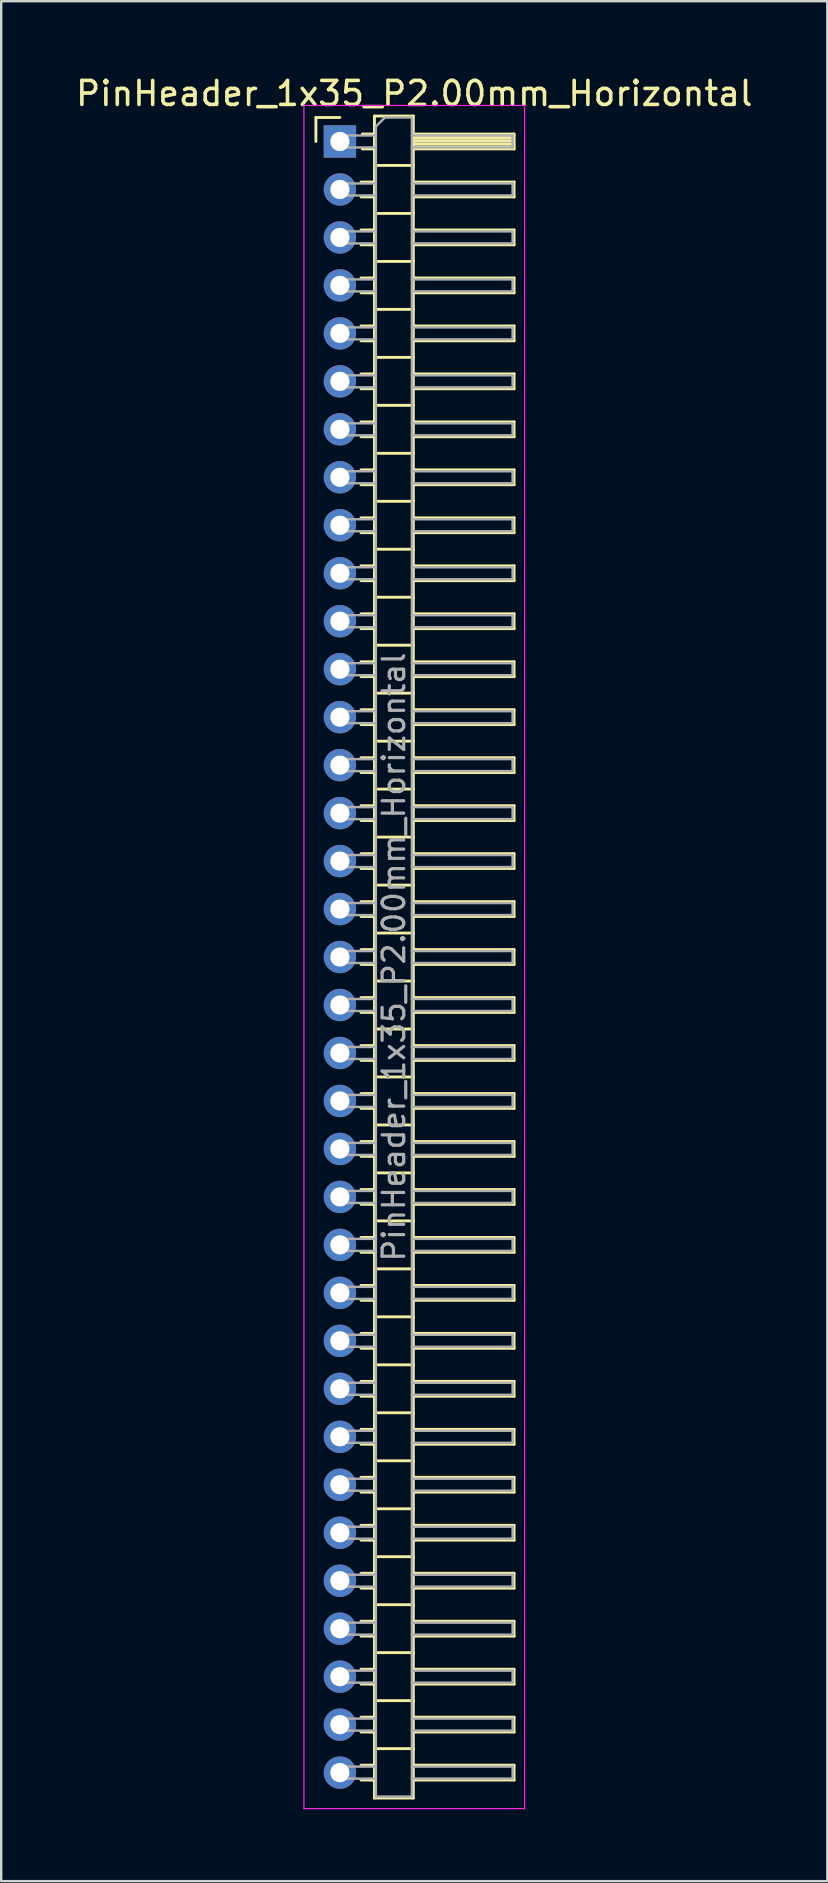
<source format=kicad_pcb>
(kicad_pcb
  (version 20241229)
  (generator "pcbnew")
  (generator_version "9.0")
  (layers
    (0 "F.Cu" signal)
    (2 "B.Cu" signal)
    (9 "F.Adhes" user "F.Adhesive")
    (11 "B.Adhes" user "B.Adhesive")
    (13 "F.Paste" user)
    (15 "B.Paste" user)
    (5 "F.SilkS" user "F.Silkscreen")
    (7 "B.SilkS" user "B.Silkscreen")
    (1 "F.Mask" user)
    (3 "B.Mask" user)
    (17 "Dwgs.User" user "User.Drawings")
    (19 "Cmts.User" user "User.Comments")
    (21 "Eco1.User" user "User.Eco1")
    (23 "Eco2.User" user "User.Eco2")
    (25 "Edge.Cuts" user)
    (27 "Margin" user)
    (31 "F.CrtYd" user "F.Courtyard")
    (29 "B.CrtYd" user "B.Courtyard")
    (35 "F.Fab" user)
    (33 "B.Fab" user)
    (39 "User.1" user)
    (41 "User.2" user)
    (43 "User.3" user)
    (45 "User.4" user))
  (footprint "PinHeader_1x35_P2.00mm_Horizontal"
    (layer "F.Cu")
    (at 11.12 2.848)
    (property "Reference" "PinHeader_1x35_P2.00mm_Horizontal" (at 3.1 -2 0) (layer "F.SilkS") (effects (font (size 1 1) (thickness 0.15))))
    (attr through_hole)
    (fp_line (start -1 -1) (end 0 -1) (stroke (width 0.12) (type solid)) (layer "F.SilkS"))
    (fp_line (start -1 0) (end -1 -1) (stroke (width 0.12) (type solid)) (layer "F.SilkS"))
    (fp_line (start 0.882 1.69) (end 1.44 1.69) (stroke (width 0.12) (type solid)) (layer "F.SilkS"))
    (fp_line (start 0.882 2.31) (end 1.44 2.31) (stroke (width 0.12) (type solid)) (layer "F.SilkS"))
    (fp_line (start 0.882 3.69) (end 1.44 3.69) (stroke (width 0.12) (type solid)) (layer "F.SilkS"))
    (fp_line (start 0.882 4.31) (end 1.44 4.31) (stroke (width 0.12) (type solid)) (layer "F.SilkS"))
    (fp_line (start 0.882 5.69) (end 1.44 5.69) (stroke (width 0.12) (type solid)) (layer "F.SilkS"))
    (fp_line (start 0.882 6.31) (end 1.44 6.31) (stroke (width 0.12) (type solid)) (layer "F.SilkS"))
    (fp_line (start 0.882 7.69) (end 1.44 7.69) (stroke (width 0.12) (type solid)) (layer "F.SilkS"))
    (fp_line (start 0.882 8.31) (end 1.44 8.31) (stroke (width 0.12) (type solid)) (layer "F.SilkS"))
    (fp_line (start 0.882 9.69) (end 1.44 9.69) (stroke (width 0.12) (type solid)) (layer "F.SilkS"))
    (fp_line (start 0.882 10.31) (end 1.44 10.31) (stroke (width 0.12) (type solid)) (layer "F.SilkS"))
    (fp_line (start 0.882 11.69) (end 1.44 11.69) (stroke (width 0.12) (type solid)) (layer "F.SilkS"))
    (fp_line (start 0.882 12.31) (end 1.44 12.31) (stroke (width 0.12) (type solid)) (layer "F.SilkS"))
    (fp_line (start 0.882 13.69) (end 1.44 13.69) (stroke (width 0.12) (type solid)) (layer "F.SilkS"))
    (fp_line (start 0.882 14.31) (end 1.44 14.31) (stroke (width 0.12) (type solid)) (layer "F.SilkS"))
    (fp_line (start 0.882 15.69) (end 1.44 15.69) (stroke (width 0.12) (type solid)) (layer "F.SilkS"))
    (fp_line (start 0.882 16.31) (end 1.44 16.31) (stroke (width 0.12) (type solid)) (layer "F.SilkS"))
    (fp_line (start 0.882 17.69) (end 1.44 17.69) (stroke (width 0.12) (type solid)) (layer "F.SilkS"))
    (fp_line (start 0.882 18.31) (end 1.44 18.31) (stroke (width 0.12) (type solid)) (layer "F.SilkS"))
    (fp_line (start 0.882 19.69) (end 1.44 19.69) (stroke (width 0.12) (type solid)) (layer "F.SilkS"))
    (fp_line (start 0.882 20.31) (end 1.44 20.31) (stroke (width 0.12) (type solid)) (layer "F.SilkS"))
    (fp_line (start 0.882 21.69) (end 1.44 21.69) (stroke (width 0.12) (type solid)) (layer "F.SilkS"))
    (fp_line (start 0.882 22.31) (end 1.44 22.31) (stroke (width 0.12) (type solid)) (layer "F.SilkS"))
    (fp_line (start 0.882 23.69) (end 1.44 23.69) (stroke (width 0.12) (type solid)) (layer "F.SilkS"))
    (fp_line (start 0.882 24.31) (end 1.44 24.31) (stroke (width 0.12) (type solid)) (layer "F.SilkS"))
    (fp_line (start 0.882 25.69) (end 1.44 25.69) (stroke (width 0.12) (type solid)) (layer "F.SilkS"))
    (fp_line (start 0.882 26.31) (end 1.44 26.31) (stroke (width 0.12) (type solid)) (layer "F.SilkS"))
    (fp_line (start 0.882 27.69) (end 1.44 27.69) (stroke (width 0.12) (type solid)) (layer "F.SilkS"))
    (fp_line (start 0.882 28.31) (end 1.44 28.31) (stroke (width 0.12) (type solid)) (layer "F.SilkS"))
    (fp_line (start 0.882 29.69) (end 1.44 29.69) (stroke (width 0.12) (type solid)) (layer "F.SilkS"))
    (fp_line (start 0.882 30.31) (end 1.44 30.31) (stroke (width 0.12) (type solid)) (layer "F.SilkS"))
    (fp_line (start 0.882 31.69) (end 1.44 31.69) (stroke (width 0.12) (type solid)) (layer "F.SilkS"))
    (fp_line (start 0.882 32.31) (end 1.44 32.31) (stroke (width 0.12) (type solid)) (layer "F.SilkS"))
    (fp_line (start 0.882 33.69) (end 1.44 33.69) (stroke (width 0.12) (type solid)) (layer "F.SilkS"))
    (fp_line (start 0.882 34.31) (end 1.44 34.31) (stroke (width 0.12) (type solid)) (layer "F.SilkS"))
    (fp_line (start 0.882 35.69) (end 1.44 35.69) (stroke (width 0.12) (type solid)) (layer "F.SilkS"))
    (fp_line (start 0.882 36.31) (end 1.44 36.31) (stroke (width 0.12) (type solid)) (layer "F.SilkS"))
    (fp_line (start 0.882 37.69) (end 1.44 37.69) (stroke (width 0.12) (type solid)) (layer "F.SilkS"))
    (fp_line (start 0.882 38.31) (end 1.44 38.31) (stroke (width 0.12) (type solid)) (layer "F.SilkS"))
    (fp_line (start 0.882 39.69) (end 1.44 39.69) (stroke (width 0.12) (type solid)) (layer "F.SilkS"))
    (fp_line (start 0.882 40.31) (end 1.44 40.31) (stroke (width 0.12) (type solid)) (layer "F.SilkS"))
    (fp_line (start 0.882 41.69) (end 1.44 41.69) (stroke (width 0.12) (type solid)) (layer "F.SilkS"))
    (fp_line (start 0.882 42.31) (end 1.44 42.31) (stroke (width 0.12) (type solid)) (layer "F.SilkS"))
    (fp_line (start 0.882 43.69) (end 1.44 43.69) (stroke (width 0.12) (type solid)) (layer "F.SilkS"))
    (fp_line (start 0.882 44.31) (end 1.44 44.31) (stroke (width 0.12) (type solid)) (layer "F.SilkS"))
    (fp_line (start 0.882 45.69) (end 1.44 45.69) (stroke (width 0.12) (type solid)) (layer "F.SilkS"))
    (fp_line (start 0.882 46.31) (end 1.44 46.31) (stroke (width 0.12) (type solid)) (layer "F.SilkS"))
    (fp_line (start 0.882 47.69) (end 1.44 47.69) (stroke (width 0.12) (type solid)) (layer "F.SilkS"))
    (fp_line (start 0.882 48.31) (end 1.44 48.31) (stroke (width 0.12) (type solid)) (layer "F.SilkS"))
    (fp_line (start 0.882 49.69) (end 1.44 49.69) (stroke (width 0.12) (type solid)) (layer "F.SilkS"))
    (fp_line (start 0.882 50.31) (end 1.44 50.31) (stroke (width 0.12) (type solid)) (layer "F.SilkS"))
    (fp_line (start 0.882 51.69) (end 1.44 51.69) (stroke (width 0.12) (type solid)) (layer "F.SilkS"))
    (fp_line (start 0.882 52.31) (end 1.44 52.31) (stroke (width 0.12) (type solid)) (layer "F.SilkS"))
    (fp_line (start 0.882 53.69) (end 1.44 53.69) (stroke (width 0.12) (type solid)) (layer "F.SilkS"))
    (fp_line (start 0.882 54.31) (end 1.44 54.31) (stroke (width 0.12) (type solid)) (layer "F.SilkS"))
    (fp_line (start 0.882 55.69) (end 1.44 55.69) (stroke (width 0.12) (type solid)) (layer "F.SilkS"))
    (fp_line (start 0.882 56.31) (end 1.44 56.31) (stroke (width 0.12) (type solid)) (layer "F.SilkS"))
    (fp_line (start 0.882 57.69) (end 1.44 57.69) (stroke (width 0.12) (type solid)) (layer "F.SilkS"))
    (fp_line (start 0.882 58.31) (end 1.44 58.31) (stroke (width 0.12) (type solid)) (layer "F.SilkS"))
    (fp_line (start 0.882 59.69) (end 1.44 59.69) (stroke (width 0.12) (type solid)) (layer "F.SilkS"))
    (fp_line (start 0.882 60.31) (end 1.44 60.31) (stroke (width 0.12) (type solid)) (layer "F.SilkS"))
    (fp_line (start 0.882 61.69) (end 1.44 61.69) (stroke (width 0.12) (type solid)) (layer "F.SilkS"))
    (fp_line (start 0.882 62.31) (end 1.44 62.31) (stroke (width 0.12) (type solid)) (layer "F.SilkS"))
    (fp_line (start 0.882 63.69) (end 1.44 63.69) (stroke (width 0.12) (type solid)) (layer "F.SilkS"))
    (fp_line (start 0.882 64.31) (end 1.44 64.31) (stroke (width 0.12) (type solid)) (layer "F.SilkS"))
    (fp_line (start 0.882 65.69) (end 1.44 65.69) (stroke (width 0.12) (type solid)) (layer "F.SilkS"))
    (fp_line (start 0.882 66.31) (end 1.44 66.31) (stroke (width 0.12) (type solid)) (layer "F.SilkS"))
    (fp_line (start 0.882 67.69) (end 1.44 67.69) (stroke (width 0.12) (type solid)) (layer "F.SilkS"))
    (fp_line (start 0.882 68.31) (end 1.44 68.31) (stroke (width 0.12) (type solid)) (layer "F.SilkS"))
    (fp_line (start 0.935 -0.31) (end 1.44 -0.31) (stroke (width 0.12) (type solid)) (layer "F.SilkS"))
    (fp_line (start 0.935 0.31) (end 1.44 0.31) (stroke (width 0.12) (type solid)) (layer "F.SilkS"))
    (fp_line (start 1.44 -1.06) (end 1.44 69.06) (stroke (width 0.12) (type solid)) (layer "F.SilkS"))
    (fp_line (start 1.44 1) (end 3.06 1) (stroke (width 0.12) (type solid)) (layer "F.SilkS"))
    (fp_line (start 1.44 3) (end 3.06 3) (stroke (width 0.12) (type solid)) (layer "F.SilkS"))
    (fp_line (start 1.44 5) (end 3.06 5) (stroke (width 0.12) (type solid)) (layer "F.SilkS"))
    (fp_line (start 1.44 7) (end 3.06 7) (stroke (width 0.12) (type solid)) (layer "F.SilkS"))
    (fp_line (start 1.44 9) (end 3.06 9) (stroke (width 0.12) (type solid)) (layer "F.SilkS"))
    (fp_line (start 1.44 11) (end 3.06 11) (stroke (width 0.12) (type solid)) (layer "F.SilkS"))
    (fp_line (start 1.44 13) (end 3.06 13) (stroke (width 0.12) (type solid)) (layer "F.SilkS"))
    (fp_line (start 1.44 15) (end 3.06 15) (stroke (width 0.12) (type solid)) (layer "F.SilkS"))
    (fp_line (start 1.44 17) (end 3.06 17) (stroke (width 0.12) (type solid)) (layer "F.SilkS"))
    (fp_line (start 1.44 19) (end 3.06 19) (stroke (width 0.12) (type solid)) (layer "F.SilkS"))
    (fp_line (start 1.44 21) (end 3.06 21) (stroke (width 0.12) (type solid)) (layer "F.SilkS"))
    (fp_line (start 1.44 23) (end 3.06 23) (stroke (width 0.12) (type solid)) (layer "F.SilkS"))
    (fp_line (start 1.44 25) (end 3.06 25) (stroke (width 0.12) (type solid)) (layer "F.SilkS"))
    (fp_line (start 1.44 27) (end 3.06 27) (stroke (width 0.12) (type solid)) (layer "F.SilkS"))
    (fp_line (start 1.44 29) (end 3.06 29) (stroke (width 0.12) (type solid)) (layer "F.SilkS"))
    (fp_line (start 1.44 31) (end 3.06 31) (stroke (width 0.12) (type solid)) (layer "F.SilkS"))
    (fp_line (start 1.44 33) (end 3.06 33) (stroke (width 0.12) (type solid)) (layer "F.SilkS"))
    (fp_line (start 1.44 35) (end 3.06 35) (stroke (width 0.12) (type solid)) (layer "F.SilkS"))
    (fp_line (start 1.44 37) (end 3.06 37) (stroke (width 0.12) (type solid)) (layer "F.SilkS"))
    (fp_line (start 1.44 39) (end 3.06 39) (stroke (width 0.12) (type solid)) (layer "F.SilkS"))
    (fp_line (start 1.44 41) (end 3.06 41) (stroke (width 0.12) (type solid)) (layer "F.SilkS"))
    (fp_line (start 1.44 43) (end 3.06 43) (stroke (width 0.12) (type solid)) (layer "F.SilkS"))
    (fp_line (start 1.44 45) (end 3.06 45) (stroke (width 0.12) (type solid)) (layer "F.SilkS"))
    (fp_line (start 1.44 47) (end 3.06 47) (stroke (width 0.12) (type solid)) (layer "F.SilkS"))
    (fp_line (start 1.44 49) (end 3.06 49) (stroke (width 0.12) (type solid)) (layer "F.SilkS"))
    (fp_line (start 1.44 51) (end 3.06 51) (stroke (width 0.12) (type solid)) (layer "F.SilkS"))
    (fp_line (start 1.44 53) (end 3.06 53) (stroke (width 0.12) (type solid)) (layer "F.SilkS"))
    (fp_line (start 1.44 55) (end 3.06 55) (stroke (width 0.12) (type solid)) (layer "F.SilkS"))
    (fp_line (start 1.44 57) (end 3.06 57) (stroke (width 0.12) (type solid)) (layer "F.SilkS"))
    (fp_line (start 1.44 59) (end 3.06 59) (stroke (width 0.12) (type solid)) (layer "F.SilkS"))
    (fp_line (start 1.44 61) (end 3.06 61) (stroke (width 0.12) (type solid)) (layer "F.SilkS"))
    (fp_line (start 1.44 63) (end 3.06 63) (stroke (width 0.12) (type solid)) (layer "F.SilkS"))
    (fp_line (start 1.44 65) (end 3.06 65) (stroke (width 0.12) (type solid)) (layer "F.SilkS"))
    (fp_line (start 1.44 67) (end 3.06 67) (stroke (width 0.12) (type solid)) (layer "F.SilkS"))
    (fp_line (start 1.44 69.06) (end 3.06 69.06) (stroke (width 0.12) (type solid)) (layer "F.SilkS"))
    (fp_line (start 3.06 -1.06) (end 1.44 -1.06) (stroke (width 0.12) (type solid)) (layer "F.SilkS"))
    (fp_line (start 3.06 -0.31) (end 7.26 -0.31) (stroke (width 0.12) (type solid)) (layer "F.SilkS"))
    (fp_line (start 3.06 -0.25) (end 7.26 -0.25) (stroke (width 0.12) (type solid)) (layer "F.SilkS"))
    (fp_line (start 3.06 -0.13) (end 7.26 -0.13) (stroke (width 0.12) (type solid)) (layer "F.SilkS"))
    (fp_line (start 3.06 -0.01) (end 7.26 -0.01) (stroke (width 0.12) (type solid)) (layer "F.SilkS"))
    (fp_line (start 3.06 0.11) (end 7.26 0.11) (stroke (width 0.12) (type solid)) (layer "F.SilkS"))
    (fp_line (start 3.06 0.23) (end 7.26 0.23) (stroke (width 0.12) (type solid)) (layer "F.SilkS"))
    (fp_line (start 3.06 1.69) (end 7.26 1.69) (stroke (width 0.12) (type solid)) (layer "F.SilkS"))
    (fp_line (start 3.06 3.69) (end 7.26 3.69) (stroke (width 0.12) (type solid)) (layer "F.SilkS"))
    (fp_line (start 3.06 5.69) (end 7.26 5.69) (stroke (width 0.12) (type solid)) (layer "F.SilkS"))
    (fp_line (start 3.06 7.69) (end 7.26 7.69) (stroke (width 0.12) (type solid)) (layer "F.SilkS"))
    (fp_line (start 3.06 9.69) (end 7.26 9.69) (stroke (width 0.12) (type solid)) (layer "F.SilkS"))
    (fp_line (start 3.06 11.69) (end 7.26 11.69) (stroke (width 0.12) (type solid)) (layer "F.SilkS"))
    (fp_line (start 3.06 13.69) (end 7.26 13.69) (stroke (width 0.12) (type solid)) (layer "F.SilkS"))
    (fp_line (start 3.06 15.69) (end 7.26 15.69) (stroke (width 0.12) (type solid)) (layer "F.SilkS"))
    (fp_line (start 3.06 17.69) (end 7.26 17.69) (stroke (width 0.12) (type solid)) (layer "F.SilkS"))
    (fp_line (start 3.06 19.69) (end 7.26 19.69) (stroke (width 0.12) (type solid)) (layer "F.SilkS"))
    (fp_line (start 3.06 21.69) (end 7.26 21.69) (stroke (width 0.12) (type solid)) (layer "F.SilkS"))
    (fp_line (start 3.06 23.69) (end 7.26 23.69) (stroke (width 0.12) (type solid)) (layer "F.SilkS"))
    (fp_line (start 3.06 25.69) (end 7.26 25.69) (stroke (width 0.12) (type solid)) (layer "F.SilkS"))
    (fp_line (start 3.06 27.69) (end 7.26 27.69) (stroke (width 0.12) (type solid)) (layer "F.SilkS"))
    (fp_line (start 3.06 29.69) (end 7.26 29.69) (stroke (width 0.12) (type solid)) (layer "F.SilkS"))
    (fp_line (start 3.06 31.69) (end 7.26 31.69) (stroke (width 0.12) (type solid)) (layer "F.SilkS"))
    (fp_line (start 3.06 33.69) (end 7.26 33.69) (stroke (width 0.12) (type solid)) (layer "F.SilkS"))
    (fp_line (start 3.06 35.69) (end 7.26 35.69) (stroke (width 0.12) (type solid)) (layer "F.SilkS"))
    (fp_line (start 3.06 37.69) (end 7.26 37.69) (stroke (width 0.12) (type solid)) (layer "F.SilkS"))
    (fp_line (start 3.06 39.69) (end 7.26 39.69) (stroke (width 0.12) (type solid)) (layer "F.SilkS"))
    (fp_line (start 3.06 41.69) (end 7.26 41.69) (stroke (width 0.12) (type solid)) (layer "F.SilkS"))
    (fp_line (start 3.06 43.69) (end 7.26 43.69) (stroke (width 0.12) (type solid)) (layer "F.SilkS"))
    (fp_line (start 3.06 45.69) (end 7.26 45.69) (stroke (width 0.12) (type solid)) (layer "F.SilkS"))
    (fp_line (start 3.06 47.69) (end 7.26 47.69) (stroke (width 0.12) (type solid)) (layer "F.SilkS"))
    (fp_line (start 3.06 49.69) (end 7.26 49.69) (stroke (width 0.12) (type solid)) (layer "F.SilkS"))
    (fp_line (start 3.06 51.69) (end 7.26 51.69) (stroke (width 0.12) (type solid)) (layer "F.SilkS"))
    (fp_line (start 3.06 53.69) (end 7.26 53.69) (stroke (width 0.12) (type solid)) (layer "F.SilkS"))
    (fp_line (start 3.06 55.69) (end 7.26 55.69) (stroke (width 0.12) (type solid)) (layer "F.SilkS"))
    (fp_line (start 3.06 57.69) (end 7.26 57.69) (stroke (width 0.12) (type solid)) (layer "F.SilkS"))
    (fp_line (start 3.06 59.69) (end 7.26 59.69) (stroke (width 0.12) (type solid)) (layer "F.SilkS"))
    (fp_line (start 3.06 61.69) (end 7.26 61.69) (stroke (width 0.12) (type solid)) (layer "F.SilkS"))
    (fp_line (start 3.06 63.69) (end 7.26 63.69) (stroke (width 0.12) (type solid)) (layer "F.SilkS"))
    (fp_line (start 3.06 65.69) (end 7.26 65.69) (stroke (width 0.12) (type solid)) (layer "F.SilkS"))
    (fp_line (start 3.06 67.69) (end 7.26 67.69) (stroke (width 0.12) (type solid)) (layer "F.SilkS"))
    (fp_line (start 3.06 69.06) (end 3.06 -1.06) (stroke (width 0.12) (type solid)) (layer "F.SilkS"))
    (fp_line (start 7.26 -0.31) (end 7.26 0.31) (stroke (width 0.12) (type solid)) (layer "F.SilkS"))
    (fp_line (start 7.26 0.31) (end 3.06 0.31) (stroke (width 0.12) (type solid)) (layer "F.SilkS"))
    (fp_line (start 7.26 1.69) (end 7.26 2.31) (stroke (width 0.12) (type solid)) (layer "F.SilkS"))
    (fp_line (start 7.26 2.31) (end 3.06 2.31) (stroke (width 0.12) (type solid)) (layer "F.SilkS"))
    (fp_line (start 7.26 3.69) (end 7.26 4.31) (stroke (width 0.12) (type solid)) (layer "F.SilkS"))
    (fp_line (start 7.26 4.31) (end 3.06 4.31) (stroke (width 0.12) (type solid)) (layer "F.SilkS"))
    (fp_line (start 7.26 5.69) (end 7.26 6.31) (stroke (width 0.12) (type solid)) (layer "F.SilkS"))
    (fp_line (start 7.26 6.31) (end 3.06 6.31) (stroke (width 0.12) (type solid)) (layer "F.SilkS"))
    (fp_line (start 7.26 7.69) (end 7.26 8.31) (stroke (width 0.12) (type solid)) (layer "F.SilkS"))
    (fp_line (start 7.26 8.31) (end 3.06 8.31) (stroke (width 0.12) (type solid)) (layer "F.SilkS"))
    (fp_line (start 7.26 9.69) (end 7.26 10.31) (stroke (width 0.12) (type solid)) (layer "F.SilkS"))
    (fp_line (start 7.26 10.31) (end 3.06 10.31) (stroke (width 0.12) (type solid)) (layer "F.SilkS"))
    (fp_line (start 7.26 11.69) (end 7.26 12.31) (stroke (width 0.12) (type solid)) (layer "F.SilkS"))
    (fp_line (start 7.26 12.31) (end 3.06 12.31) (stroke (width 0.12) (type solid)) (layer "F.SilkS"))
    (fp_line (start 7.26 13.69) (end 7.26 14.31) (stroke (width 0.12) (type solid)) (layer "F.SilkS"))
    (fp_line (start 7.26 14.31) (end 3.06 14.31) (stroke (width 0.12) (type solid)) (layer "F.SilkS"))
    (fp_line (start 7.26 15.69) (end 7.26 16.31) (stroke (width 0.12) (type solid)) (layer "F.SilkS"))
    (fp_line (start 7.26 16.31) (end 3.06 16.31) (stroke (width 0.12) (type solid)) (layer "F.SilkS"))
    (fp_line (start 7.26 17.69) (end 7.26 18.31) (stroke (width 0.12) (type solid)) (layer "F.SilkS"))
    (fp_line (start 7.26 18.31) (end 3.06 18.31) (stroke (width 0.12) (type solid)) (layer "F.SilkS"))
    (fp_line (start 7.26 19.69) (end 7.26 20.31) (stroke (width 0.12) (type solid)) (layer "F.SilkS"))
    (fp_line (start 7.26 20.31) (end 3.06 20.31) (stroke (width 0.12) (type solid)) (layer "F.SilkS"))
    (fp_line (start 7.26 21.69) (end 7.26 22.31) (stroke (width 0.12) (type solid)) (layer "F.SilkS"))
    (fp_line (start 7.26 22.31) (end 3.06 22.31) (stroke (width 0.12) (type solid)) (layer "F.SilkS"))
    (fp_line (start 7.26 23.69) (end 7.26 24.31) (stroke (width 0.12) (type solid)) (layer "F.SilkS"))
    (fp_line (start 7.26 24.31) (end 3.06 24.31) (stroke (width 0.12) (type solid)) (layer "F.SilkS"))
    (fp_line (start 7.26 25.69) (end 7.26 26.31) (stroke (width 0.12) (type solid)) (layer "F.SilkS"))
    (fp_line (start 7.26 26.31) (end 3.06 26.31) (stroke (width 0.12) (type solid)) (layer "F.SilkS"))
    (fp_line (start 7.26 27.69) (end 7.26 28.31) (stroke (width 0.12) (type solid)) (layer "F.SilkS"))
    (fp_line (start 7.26 28.31) (end 3.06 28.31) (stroke (width 0.12) (type solid)) (layer "F.SilkS"))
    (fp_line (start 7.26 29.69) (end 7.26 30.31) (stroke (width 0.12) (type solid)) (layer "F.SilkS"))
    (fp_line (start 7.26 30.31) (end 3.06 30.31) (stroke (width 0.12) (type solid)) (layer "F.SilkS"))
    (fp_line (start 7.26 31.69) (end 7.26 32.31) (stroke (width 0.12) (type solid)) (layer "F.SilkS"))
    (fp_line (start 7.26 32.31) (end 3.06 32.31) (stroke (width 0.12) (type solid)) (layer "F.SilkS"))
    (fp_line (start 7.26 33.69) (end 7.26 34.31) (stroke (width 0.12) (type solid)) (layer "F.SilkS"))
    (fp_line (start 7.26 34.31) (end 3.06 34.31) (stroke (width 0.12) (type solid)) (layer "F.SilkS"))
    (fp_line (start 7.26 35.69) (end 7.26 36.31) (stroke (width 0.12) (type solid)) (layer "F.SilkS"))
    (fp_line (start 7.26 36.31) (end 3.06 36.31) (stroke (width 0.12) (type solid)) (layer "F.SilkS"))
    (fp_line (start 7.26 37.69) (end 7.26 38.31) (stroke (width 0.12) (type solid)) (layer "F.SilkS"))
    (fp_line (start 7.26 38.31) (end 3.06 38.31) (stroke (width 0.12) (type solid)) (layer "F.SilkS"))
    (fp_line (start 7.26 39.69) (end 7.26 40.31) (stroke (width 0.12) (type solid)) (layer "F.SilkS"))
    (fp_line (start 7.26 40.31) (end 3.06 40.31) (stroke (width 0.12) (type solid)) (layer "F.SilkS"))
    (fp_line (start 7.26 41.69) (end 7.26 42.31) (stroke (width 0.12) (type solid)) (layer "F.SilkS"))
    (fp_line (start 7.26 42.31) (end 3.06 42.31) (stroke (width 0.12) (type solid)) (layer "F.SilkS"))
    (fp_line (start 7.26 43.69) (end 7.26 44.31) (stroke (width 0.12) (type solid)) (layer "F.SilkS"))
    (fp_line (start 7.26 44.31) (end 3.06 44.31) (stroke (width 0.12) (type solid)) (layer "F.SilkS"))
    (fp_line (start 7.26 45.69) (end 7.26 46.31) (stroke (width 0.12) (type solid)) (layer "F.SilkS"))
    (fp_line (start 7.26 46.31) (end 3.06 46.31) (stroke (width 0.12) (type solid)) (layer "F.SilkS"))
    (fp_line (start 7.26 47.69) (end 7.26 48.31) (stroke (width 0.12) (type solid)) (layer "F.SilkS"))
    (fp_line (start 7.26 48.31) (end 3.06 48.31) (stroke (width 0.12) (type solid)) (layer "F.SilkS"))
    (fp_line (start 7.26 49.69) (end 7.26 50.31) (stroke (width 0.12) (type solid)) (layer "F.SilkS"))
    (fp_line (start 7.26 50.31) (end 3.06 50.31) (stroke (width 0.12) (type solid)) (layer "F.SilkS"))
    (fp_line (start 7.26 51.69) (end 7.26 52.31) (stroke (width 0.12) (type solid)) (layer "F.SilkS"))
    (fp_line (start 7.26 52.31) (end 3.06 52.31) (stroke (width 0.12) (type solid)) (layer "F.SilkS"))
    (fp_line (start 7.26 53.69) (end 7.26 54.31) (stroke (width 0.12) (type solid)) (layer "F.SilkS"))
    (fp_line (start 7.26 54.31) (end 3.06 54.31) (stroke (width 0.12) (type solid)) (layer "F.SilkS"))
    (fp_line (start 7.26 55.69) (end 7.26 56.31) (stroke (width 0.12) (type solid)) (layer "F.SilkS"))
    (fp_line (start 7.26 56.31) (end 3.06 56.31) (stroke (width 0.12) (type solid)) (layer "F.SilkS"))
    (fp_line (start 7.26 57.69) (end 7.26 58.31) (stroke (width 0.12) (type solid)) (layer "F.SilkS"))
    (fp_line (start 7.26 58.31) (end 3.06 58.31) (stroke (width 0.12) (type solid)) (layer "F.SilkS"))
    (fp_line (start 7.26 59.69) (end 7.26 60.31) (stroke (width 0.12) (type solid)) (layer "F.SilkS"))
    (fp_line (start 7.26 60.31) (end 3.06 60.31) (stroke (width 0.12) (type solid)) (layer "F.SilkS"))
    (fp_line (start 7.26 61.69) (end 7.26 62.31) (stroke (width 0.12) (type solid)) (layer "F.SilkS"))
    (fp_line (start 7.26 62.31) (end 3.06 62.31) (stroke (width 0.12) (type solid)) (layer "F.SilkS"))
    (fp_line (start 7.26 63.69) (end 7.26 64.31) (stroke (width 0.12) (type solid)) (layer "F.SilkS"))
    (fp_line (start 7.26 64.31) (end 3.06 64.31) (stroke (width 0.12) (type solid)) (layer "F.SilkS"))
    (fp_line (start 7.26 65.69) (end 7.26 66.31) (stroke (width 0.12) (type solid)) (layer "F.SilkS"))
    (fp_line (start 7.26 66.31) (end 3.06 66.31) (stroke (width 0.12) (type solid)) (layer "F.SilkS"))
    (fp_line (start 7.26 67.69) (end 7.26 68.31) (stroke (width 0.12) (type solid)) (layer "F.SilkS"))
    (fp_line (start 7.26 68.31) (end 3.06 68.31) (stroke (width 0.12) (type solid)) (layer "F.SilkS"))
    (fp_line (start -1.5 -1.5) (end -1.5 69.5) (stroke (width 0.05) (type solid)) (layer "F.CrtYd"))
    (fp_line (start -1.5 69.5) (end 7.7 69.5) (stroke (width 0.05) (type solid)) (layer "F.CrtYd"))
    (fp_line (start 7.7 -1.5) (end -1.5 -1.5) (stroke (width 0.05) (type solid)) (layer "F.CrtYd"))
    (fp_line (start 7.7 69.5) (end 7.7 -1.5) (stroke (width 0.05) (type solid)) (layer "F.CrtYd"))
    (fp_line (start -0.25 -0.25) (end -0.25 0.25) (stroke (width 0.1) (type solid)) (layer "F.Fab"))
    (fp_line (start -0.25 -0.25) (end 1.5 -0.25) (stroke (width 0.1) (type solid)) (layer "F.Fab"))
    (fp_line (start -0.25 0.25) (end 1.5 0.25) (stroke (width 0.1) (type solid)) (layer "F.Fab"))
    (fp_line (start -0.25 1.75) (end -0.25 2.25) (stroke (width 0.1) (type solid)) (layer "F.Fab"))
    (fp_line (start -0.25 1.75) (end 1.5 1.75) (stroke (width 0.1) (type solid)) (layer "F.Fab"))
    (fp_line (start -0.25 2.25) (end 1.5 2.25) (stroke (width 0.1) (type solid)) (layer "F.Fab"))
    (fp_line (start -0.25 3.75) (end -0.25 4.25) (stroke (width 0.1) (type solid)) (layer "F.Fab"))
    (fp_line (start -0.25 3.75) (end 1.5 3.75) (stroke (width 0.1) (type solid)) (layer "F.Fab"))
    (fp_line (start -0.25 4.25) (end 1.5 4.25) (stroke (width 0.1) (type solid)) (layer "F.Fab"))
    (fp_line (start -0.25 5.75) (end -0.25 6.25) (stroke (width 0.1) (type solid)) (layer "F.Fab"))
    (fp_line (start -0.25 5.75) (end 1.5 5.75) (stroke (width 0.1) (type solid)) (layer "F.Fab"))
    (fp_line (start -0.25 6.25) (end 1.5 6.25) (stroke (width 0.1) (type solid)) (layer "F.Fab"))
    (fp_line (start -0.25 7.75) (end -0.25 8.25) (stroke (width 0.1) (type solid)) (layer "F.Fab"))
    (fp_line (start -0.25 7.75) (end 1.5 7.75) (stroke (width 0.1) (type solid)) (layer "F.Fab"))
    (fp_line (start -0.25 8.25) (end 1.5 8.25) (stroke (width 0.1) (type solid)) (layer "F.Fab"))
    (fp_line (start -0.25 9.75) (end -0.25 10.25) (stroke (width 0.1) (type solid)) (layer "F.Fab"))
    (fp_line (start -0.25 9.75) (end 1.5 9.75) (stroke (width 0.1) (type solid)) (layer "F.Fab"))
    (fp_line (start -0.25 10.25) (end 1.5 10.25) (stroke (width 0.1) (type solid)) (layer "F.Fab"))
    (fp_line (start -0.25 11.75) (end -0.25 12.25) (stroke (width 0.1) (type solid)) (layer "F.Fab"))
    (fp_line (start -0.25 11.75) (end 1.5 11.75) (stroke (width 0.1) (type solid)) (layer "F.Fab"))
    (fp_line (start -0.25 12.25) (end 1.5 12.25) (stroke (width 0.1) (type solid)) (layer "F.Fab"))
    (fp_line (start -0.25 13.75) (end -0.25 14.25) (stroke (width 0.1) (type solid)) (layer "F.Fab"))
    (fp_line (start -0.25 13.75) (end 1.5 13.75) (stroke (width 0.1) (type solid)) (layer "F.Fab"))
    (fp_line (start -0.25 14.25) (end 1.5 14.25) (stroke (width 0.1) (type solid)) (layer "F.Fab"))
    (fp_line (start -0.25 15.75) (end -0.25 16.25) (stroke (width 0.1) (type solid)) (layer "F.Fab"))
    (fp_line (start -0.25 15.75) (end 1.5 15.75) (stroke (width 0.1) (type solid)) (layer "F.Fab"))
    (fp_line (start -0.25 16.25) (end 1.5 16.25) (stroke (width 0.1) (type solid)) (layer "F.Fab"))
    (fp_line (start -0.25 17.75) (end -0.25 18.25) (stroke (width 0.1) (type solid)) (layer "F.Fab"))
    (fp_line (start -0.25 17.75) (end 1.5 17.75) (stroke (width 0.1) (type solid)) (layer "F.Fab"))
    (fp_line (start -0.25 18.25) (end 1.5 18.25) (stroke (width 0.1) (type solid)) (layer "F.Fab"))
    (fp_line (start -0.25 19.75) (end -0.25 20.25) (stroke (width 0.1) (type solid)) (layer "F.Fab"))
    (fp_line (start -0.25 19.75) (end 1.5 19.75) (stroke (width 0.1) (type solid)) (layer "F.Fab"))
    (fp_line (start -0.25 20.25) (end 1.5 20.25) (stroke (width 0.1) (type solid)) (layer "F.Fab"))
    (fp_line (start -0.25 21.75) (end -0.25 22.25) (stroke (width 0.1) (type solid)) (layer "F.Fab"))
    (fp_line (start -0.25 21.75) (end 1.5 21.75) (stroke (width 0.1) (type solid)) (layer "F.Fab"))
    (fp_line (start -0.25 22.25) (end 1.5 22.25) (stroke (width 0.1) (type solid)) (layer "F.Fab"))
    (fp_line (start -0.25 23.75) (end -0.25 24.25) (stroke (width 0.1) (type solid)) (layer "F.Fab"))
    (fp_line (start -0.25 23.75) (end 1.5 23.75) (stroke (width 0.1) (type solid)) (layer "F.Fab"))
    (fp_line (start -0.25 24.25) (end 1.5 24.25) (stroke (width 0.1) (type solid)) (layer "F.Fab"))
    (fp_line (start -0.25 25.75) (end -0.25 26.25) (stroke (width 0.1) (type solid)) (layer "F.Fab"))
    (fp_line (start -0.25 25.75) (end 1.5 25.75) (stroke (width 0.1) (type solid)) (layer "F.Fab"))
    (fp_line (start -0.25 26.25) (end 1.5 26.25) (stroke (width 0.1) (type solid)) (layer "F.Fab"))
    (fp_line (start -0.25 27.75) (end -0.25 28.25) (stroke (width 0.1) (type solid)) (layer "F.Fab"))
    (fp_line (start -0.25 27.75) (end 1.5 27.75) (stroke (width 0.1) (type solid)) (layer "F.Fab"))
    (fp_line (start -0.25 28.25) (end 1.5 28.25) (stroke (width 0.1) (type solid)) (layer "F.Fab"))
    (fp_line (start -0.25 29.75) (end -0.25 30.25) (stroke (width 0.1) (type solid)) (layer "F.Fab"))
    (fp_line (start -0.25 29.75) (end 1.5 29.75) (stroke (width 0.1) (type solid)) (layer "F.Fab"))
    (fp_line (start -0.25 30.25) (end 1.5 30.25) (stroke (width 0.1) (type solid)) (layer "F.Fab"))
    (fp_line (start -0.25 31.75) (end -0.25 32.25) (stroke (width 0.1) (type solid)) (layer "F.Fab"))
    (fp_line (start -0.25 31.75) (end 1.5 31.75) (stroke (width 0.1) (type solid)) (layer "F.Fab"))
    (fp_line (start -0.25 32.25) (end 1.5 32.25) (stroke (width 0.1) (type solid)) (layer "F.Fab"))
    (fp_line (start -0.25 33.75) (end -0.25 34.25) (stroke (width 0.1) (type solid)) (layer "F.Fab"))
    (fp_line (start -0.25 33.75) (end 1.5 33.75) (stroke (width 0.1) (type solid)) (layer "F.Fab"))
    (fp_line (start -0.25 34.25) (end 1.5 34.25) (stroke (width 0.1) (type solid)) (layer "F.Fab"))
    (fp_line (start -0.25 35.75) (end -0.25 36.25) (stroke (width 0.1) (type solid)) (layer "F.Fab"))
    (fp_line (start -0.25 35.75) (end 1.5 35.75) (stroke (width 0.1) (type solid)) (layer "F.Fab"))
    (fp_line (start -0.25 36.25) (end 1.5 36.25) (stroke (width 0.1) (type solid)) (layer "F.Fab"))
    (fp_line (start -0.25 37.75) (end -0.25 38.25) (stroke (width 0.1) (type solid)) (layer "F.Fab"))
    (fp_line (start -0.25 37.75) (end 1.5 37.75) (stroke (width 0.1) (type solid)) (layer "F.Fab"))
    (fp_line (start -0.25 38.25) (end 1.5 38.25) (stroke (width 0.1) (type solid)) (layer "F.Fab"))
    (fp_line (start -0.25 39.75) (end -0.25 40.25) (stroke (width 0.1) (type solid)) (layer "F.Fab"))
    (fp_line (start -0.25 39.75) (end 1.5 39.75) (stroke (width 0.1) (type solid)) (layer "F.Fab"))
    (fp_line (start -0.25 40.25) (end 1.5 40.25) (stroke (width 0.1) (type solid)) (layer "F.Fab"))
    (fp_line (start -0.25 41.75) (end -0.25 42.25) (stroke (width 0.1) (type solid)) (layer "F.Fab"))
    (fp_line (start -0.25 41.75) (end 1.5 41.75) (stroke (width 0.1) (type solid)) (layer "F.Fab"))
    (fp_line (start -0.25 42.25) (end 1.5 42.25) (stroke (width 0.1) (type solid)) (layer "F.Fab"))
    (fp_line (start -0.25 43.75) (end -0.25 44.25) (stroke (width 0.1) (type solid)) (layer "F.Fab"))
    (fp_line (start -0.25 43.75) (end 1.5 43.75) (stroke (width 0.1) (type solid)) (layer "F.Fab"))
    (fp_line (start -0.25 44.25) (end 1.5 44.25) (stroke (width 0.1) (type solid)) (layer "F.Fab"))
    (fp_line (start -0.25 45.75) (end -0.25 46.25) (stroke (width 0.1) (type solid)) (layer "F.Fab"))
    (fp_line (start -0.25 45.75) (end 1.5 45.75) (stroke (width 0.1) (type solid)) (layer "F.Fab"))
    (fp_line (start -0.25 46.25) (end 1.5 46.25) (stroke (width 0.1) (type solid)) (layer "F.Fab"))
    (fp_line (start -0.25 47.75) (end -0.25 48.25) (stroke (width 0.1) (type solid)) (layer "F.Fab"))
    (fp_line (start -0.25 47.75) (end 1.5 47.75) (stroke (width 0.1) (type solid)) (layer "F.Fab"))
    (fp_line (start -0.25 48.25) (end 1.5 48.25) (stroke (width 0.1) (type solid)) (layer "F.Fab"))
    (fp_line (start -0.25 49.75) (end -0.25 50.25) (stroke (width 0.1) (type solid)) (layer "F.Fab"))
    (fp_line (start -0.25 49.75) (end 1.5 49.75) (stroke (width 0.1) (type solid)) (layer "F.Fab"))
    (fp_line (start -0.25 50.25) (end 1.5 50.25) (stroke (width 0.1) (type solid)) (layer "F.Fab"))
    (fp_line (start -0.25 51.75) (end -0.25 52.25) (stroke (width 0.1) (type solid)) (layer "F.Fab"))
    (fp_line (start -0.25 51.75) (end 1.5 51.75) (stroke (width 0.1) (type solid)) (layer "F.Fab"))
    (fp_line (start -0.25 52.25) (end 1.5 52.25) (stroke (width 0.1) (type solid)) (layer "F.Fab"))
    (fp_line (start -0.25 53.75) (end -0.25 54.25) (stroke (width 0.1) (type solid)) (layer "F.Fab"))
    (fp_line (start -0.25 53.75) (end 1.5 53.75) (stroke (width 0.1) (type solid)) (layer "F.Fab"))
    (fp_line (start -0.25 54.25) (end 1.5 54.25) (stroke (width 0.1) (type solid)) (layer "F.Fab"))
    (fp_line (start -0.25 55.75) (end -0.25 56.25) (stroke (width 0.1) (type solid)) (layer "F.Fab"))
    (fp_line (start -0.25 55.75) (end 1.5 55.75) (stroke (width 0.1) (type solid)) (layer "F.Fab"))
    (fp_line (start -0.25 56.25) (end 1.5 56.25) (stroke (width 0.1) (type solid)) (layer "F.Fab"))
    (fp_line (start -0.25 57.75) (end -0.25 58.25) (stroke (width 0.1) (type solid)) (layer "F.Fab"))
    (fp_line (start -0.25 57.75) (end 1.5 57.75) (stroke (width 0.1) (type solid)) (layer "F.Fab"))
    (fp_line (start -0.25 58.25) (end 1.5 58.25) (stroke (width 0.1) (type solid)) (layer "F.Fab"))
    (fp_line (start -0.25 59.75) (end -0.25 60.25) (stroke (width 0.1) (type solid)) (layer "F.Fab"))
    (fp_line (start -0.25 59.75) (end 1.5 59.75) (stroke (width 0.1) (type solid)) (layer "F.Fab"))
    (fp_line (start -0.25 60.25) (end 1.5 60.25) (stroke (width 0.1) (type solid)) (layer "F.Fab"))
    (fp_line (start -0.25 61.75) (end -0.25 62.25) (stroke (width 0.1) (type solid)) (layer "F.Fab"))
    (fp_line (start -0.25 61.75) (end 1.5 61.75) (stroke (width 0.1) (type solid)) (layer "F.Fab"))
    (fp_line (start -0.25 62.25) (end 1.5 62.25) (stroke (width 0.1) (type solid)) (layer "F.Fab"))
    (fp_line (start -0.25 63.75) (end -0.25 64.25) (stroke (width 0.1) (type solid)) (layer "F.Fab"))
    (fp_line (start -0.25 63.75) (end 1.5 63.75) (stroke (width 0.1) (type solid)) (layer "F.Fab"))
    (fp_line (start -0.25 64.25) (end 1.5 64.25) (stroke (width 0.1) (type solid)) (layer "F.Fab"))
    (fp_line (start -0.25 65.75) (end -0.25 66.25) (stroke (width 0.1) (type solid)) (layer "F.Fab"))
    (fp_line (start -0.25 65.75) (end 1.5 65.75) (stroke (width 0.1) (type solid)) (layer "F.Fab"))
    (fp_line (start -0.25 66.25) (end 1.5 66.25) (stroke (width 0.1) (type solid)) (layer "F.Fab"))
    (fp_line (start -0.25 67.75) (end -0.25 68.25) (stroke (width 0.1) (type solid)) (layer "F.Fab"))
    (fp_line (start -0.25 67.75) (end 1.5 67.75) (stroke (width 0.1) (type solid)) (layer "F.Fab"))
    (fp_line (start -0.25 68.25) (end 1.5 68.25) (stroke (width 0.1) (type solid)) (layer "F.Fab"))
    (fp_line (start 1.5 -0.625) (end 1.875 -1) (stroke (width 0.1) (type solid)) (layer "F.Fab"))
    (fp_line (start 1.5 69) (end 1.5 -0.625) (stroke (width 0.1) (type solid)) (layer "F.Fab"))
    (fp_line (start 1.875 -1) (end 3 -1) (stroke (width 0.1) (type solid)) (layer "F.Fab"))
    (fp_line (start 3 -1) (end 3 69) (stroke (width 0.1) (type solid)) (layer "F.Fab"))
    (fp_line (start 3 -0.25) (end 7.2 -0.25) (stroke (width 0.1) (type solid)) (layer "F.Fab"))
    (fp_line (start 3 0.25) (end 7.2 0.25) (stroke (width 0.1) (type solid)) (layer "F.Fab"))
    (fp_line (start 3 1.75) (end 7.2 1.75) (stroke (width 0.1) (type solid)) (layer "F.Fab"))
    (fp_line (start 3 2.25) (end 7.2 2.25) (stroke (width 0.1) (type solid)) (layer "F.Fab"))
    (fp_line (start 3 3.75) (end 7.2 3.75) (stroke (width 0.1) (type solid)) (layer "F.Fab"))
    (fp_line (start 3 4.25) (end 7.2 4.25) (stroke (width 0.1) (type solid)) (layer "F.Fab"))
    (fp_line (start 3 5.75) (end 7.2 5.75) (stroke (width 0.1) (type solid)) (layer "F.Fab"))
    (fp_line (start 3 6.25) (end 7.2 6.25) (stroke (width 0.1) (type solid)) (layer "F.Fab"))
    (fp_line (start 3 7.75) (end 7.2 7.75) (stroke (width 0.1) (type solid)) (layer "F.Fab"))
    (fp_line (start 3 8.25) (end 7.2 8.25) (stroke (width 0.1) (type solid)) (layer "F.Fab"))
    (fp_line (start 3 9.75) (end 7.2 9.75) (stroke (width 0.1) (type solid)) (layer "F.Fab"))
    (fp_line (start 3 10.25) (end 7.2 10.25) (stroke (width 0.1) (type solid)) (layer "F.Fab"))
    (fp_line (start 3 11.75) (end 7.2 11.75) (stroke (width 0.1) (type solid)) (layer "F.Fab"))
    (fp_line (start 3 12.25) (end 7.2 12.25) (stroke (width 0.1) (type solid)) (layer "F.Fab"))
    (fp_line (start 3 13.75) (end 7.2 13.75) (stroke (width 0.1) (type solid)) (layer "F.Fab"))
    (fp_line (start 3 14.25) (end 7.2 14.25) (stroke (width 0.1) (type solid)) (layer "F.Fab"))
    (fp_line (start 3 15.75) (end 7.2 15.75) (stroke (width 0.1) (type solid)) (layer "F.Fab"))
    (fp_line (start 3 16.25) (end 7.2 16.25) (stroke (width 0.1) (type solid)) (layer "F.Fab"))
    (fp_line (start 3 17.75) (end 7.2 17.75) (stroke (width 0.1) (type solid)) (layer "F.Fab"))
    (fp_line (start 3 18.25) (end 7.2 18.25) (stroke (width 0.1) (type solid)) (layer "F.Fab"))
    (fp_line (start 3 19.75) (end 7.2 19.75) (stroke (width 0.1) (type solid)) (layer "F.Fab"))
    (fp_line (start 3 20.25) (end 7.2 20.25) (stroke (width 0.1) (type solid)) (layer "F.Fab"))
    (fp_line (start 3 21.75) (end 7.2 21.75) (stroke (width 0.1) (type solid)) (layer "F.Fab"))
    (fp_line (start 3 22.25) (end 7.2 22.25) (stroke (width 0.1) (type solid)) (layer "F.Fab"))
    (fp_line (start 3 23.75) (end 7.2 23.75) (stroke (width 0.1) (type solid)) (layer "F.Fab"))
    (fp_line (start 3 24.25) (end 7.2 24.25) (stroke (width 0.1) (type solid)) (layer "F.Fab"))
    (fp_line (start 3 25.75) (end 7.2 25.75) (stroke (width 0.1) (type solid)) (layer "F.Fab"))
    (fp_line (start 3 26.25) (end 7.2 26.25) (stroke (width 0.1) (type solid)) (layer "F.Fab"))
    (fp_line (start 3 27.75) (end 7.2 27.75) (stroke (width 0.1) (type solid)) (layer "F.Fab"))
    (fp_line (start 3 28.25) (end 7.2 28.25) (stroke (width 0.1) (type solid)) (layer "F.Fab"))
    (fp_line (start 3 29.75) (end 7.2 29.75) (stroke (width 0.1) (type solid)) (layer "F.Fab"))
    (fp_line (start 3 30.25) (end 7.2 30.25) (stroke (width 0.1) (type solid)) (layer "F.Fab"))
    (fp_line (start 3 31.75) (end 7.2 31.75) (stroke (width 0.1) (type solid)) (layer "F.Fab"))
    (fp_line (start 3 32.25) (end 7.2 32.25) (stroke (width 0.1) (type solid)) (layer "F.Fab"))
    (fp_line (start 3 33.75) (end 7.2 33.75) (stroke (width 0.1) (type solid)) (layer "F.Fab"))
    (fp_line (start 3 34.25) (end 7.2 34.25) (stroke (width 0.1) (type solid)) (layer "F.Fab"))
    (fp_line (start 3 35.75) (end 7.2 35.75) (stroke (width 0.1) (type solid)) (layer "F.Fab"))
    (fp_line (start 3 36.25) (end 7.2 36.25) (stroke (width 0.1) (type solid)) (layer "F.Fab"))
    (fp_line (start 3 37.75) (end 7.2 37.75) (stroke (width 0.1) (type solid)) (layer "F.Fab"))
    (fp_line (start 3 38.25) (end 7.2 38.25) (stroke (width 0.1) (type solid)) (layer "F.Fab"))
    (fp_line (start 3 39.75) (end 7.2 39.75) (stroke (width 0.1) (type solid)) (layer "F.Fab"))
    (fp_line (start 3 40.25) (end 7.2 40.25) (stroke (width 0.1) (type solid)) (layer "F.Fab"))
    (fp_line (start 3 41.75) (end 7.2 41.75) (stroke (width 0.1) (type solid)) (layer "F.Fab"))
    (fp_line (start 3 42.25) (end 7.2 42.25) (stroke (width 0.1) (type solid)) (layer "F.Fab"))
    (fp_line (start 3 43.75) (end 7.2 43.75) (stroke (width 0.1) (type solid)) (layer "F.Fab"))
    (fp_line (start 3 44.25) (end 7.2 44.25) (stroke (width 0.1) (type solid)) (layer "F.Fab"))
    (fp_line (start 3 45.75) (end 7.2 45.75) (stroke (width 0.1) (type solid)) (layer "F.Fab"))
    (fp_line (start 3 46.25) (end 7.2 46.25) (stroke (width 0.1) (type solid)) (layer "F.Fab"))
    (fp_line (start 3 47.75) (end 7.2 47.75) (stroke (width 0.1) (type solid)) (layer "F.Fab"))
    (fp_line (start 3 48.25) (end 7.2 48.25) (stroke (width 0.1) (type solid)) (layer "F.Fab"))
    (fp_line (start 3 49.75) (end 7.2 49.75) (stroke (width 0.1) (type solid)) (layer "F.Fab"))
    (fp_line (start 3 50.25) (end 7.2 50.25) (stroke (width 0.1) (type solid)) (layer "F.Fab"))
    (fp_line (start 3 51.75) (end 7.2 51.75) (stroke (width 0.1) (type solid)) (layer "F.Fab"))
    (fp_line (start 3 52.25) (end 7.2 52.25) (stroke (width 0.1) (type solid)) (layer "F.Fab"))
    (fp_line (start 3 53.75) (end 7.2 53.75) (stroke (width 0.1) (type solid)) (layer "F.Fab"))
    (fp_line (start 3 54.25) (end 7.2 54.25) (stroke (width 0.1) (type solid)) (layer "F.Fab"))
    (fp_line (start 3 55.75) (end 7.2 55.75) (stroke (width 0.1) (type solid)) (layer "F.Fab"))
    (fp_line (start 3 56.25) (end 7.2 56.25) (stroke (width 0.1) (type solid)) (layer "F.Fab"))
    (fp_line (start 3 57.75) (end 7.2 57.75) (stroke (width 0.1) (type solid)) (layer "F.Fab"))
    (fp_line (start 3 58.25) (end 7.2 58.25) (stroke (width 0.1) (type solid)) (layer "F.Fab"))
    (fp_line (start 3 59.75) (end 7.2 59.75) (stroke (width 0.1) (type solid)) (layer "F.Fab"))
    (fp_line (start 3 60.25) (end 7.2 60.25) (stroke (width 0.1) (type solid)) (layer "F.Fab"))
    (fp_line (start 3 61.75) (end 7.2 61.75) (stroke (width 0.1) (type solid)) (layer "F.Fab"))
    (fp_line (start 3 62.25) (end 7.2 62.25) (stroke (width 0.1) (type solid)) (layer "F.Fab"))
    (fp_line (start 3 63.75) (end 7.2 63.75) (stroke (width 0.1) (type solid)) (layer "F.Fab"))
    (fp_line (start 3 64.25) (end 7.2 64.25) (stroke (width 0.1) (type solid)) (layer "F.Fab"))
    (fp_line (start 3 65.75) (end 7.2 65.75) (stroke (width 0.1) (type solid)) (layer "F.Fab"))
    (fp_line (start 3 66.25) (end 7.2 66.25) (stroke (width 0.1) (type solid)) (layer "F.Fab"))
    (fp_line (start 3 67.75) (end 7.2 67.75) (stroke (width 0.1) (type solid)) (layer "F.Fab"))
    (fp_line (start 3 68.25) (end 7.2 68.25) (stroke (width 0.1) (type solid)) (layer "F.Fab"))
    (fp_line (start 3 69) (end 1.5 69) (stroke (width 0.1) (type solid)) (layer "F.Fab"))
    (fp_line (start 7.2 -0.25) (end 7.2 0.25) (stroke (width 0.1) (type solid)) (layer "F.Fab"))
    (fp_line (start 7.2 1.75) (end 7.2 2.25) (stroke (width 0.1) (type solid)) (layer "F.Fab"))
    (fp_line (start 7.2 3.75) (end 7.2 4.25) (stroke (width 0.1) (type solid)) (layer "F.Fab"))
    (fp_line (start 7.2 5.75) (end 7.2 6.25) (stroke (width 0.1) (type solid)) (layer "F.Fab"))
    (fp_line (start 7.2 7.75) (end 7.2 8.25) (stroke (width 0.1) (type solid)) (layer "F.Fab"))
    (fp_line (start 7.2 9.75) (end 7.2 10.25) (stroke (width 0.1) (type solid)) (layer "F.Fab"))
    (fp_line (start 7.2 11.75) (end 7.2 12.25) (stroke (width 0.1) (type solid)) (layer "F.Fab"))
    (fp_line (start 7.2 13.75) (end 7.2 14.25) (stroke (width 0.1) (type solid)) (layer "F.Fab"))
    (fp_line (start 7.2 15.75) (end 7.2 16.25) (stroke (width 0.1) (type solid)) (layer "F.Fab"))
    (fp_line (start 7.2 17.75) (end 7.2 18.25) (stroke (width 0.1) (type solid)) (layer "F.Fab"))
    (fp_line (start 7.2 19.75) (end 7.2 20.25) (stroke (width 0.1) (type solid)) (layer "F.Fab"))
    (fp_line (start 7.2 21.75) (end 7.2 22.25) (stroke (width 0.1) (type solid)) (layer "F.Fab"))
    (fp_line (start 7.2 23.75) (end 7.2 24.25) (stroke (width 0.1) (type solid)) (layer "F.Fab"))
    (fp_line (start 7.2 25.75) (end 7.2 26.25) (stroke (width 0.1) (type solid)) (layer "F.Fab"))
    (fp_line (start 7.2 27.75) (end 7.2 28.25) (stroke (width 0.1) (type solid)) (layer "F.Fab"))
    (fp_line (start 7.2 29.75) (end 7.2 30.25) (stroke (width 0.1) (type solid)) (layer "F.Fab"))
    (fp_line (start 7.2 31.75) (end 7.2 32.25) (stroke (width 0.1) (type solid)) (layer "F.Fab"))
    (fp_line (start 7.2 33.75) (end 7.2 34.25) (stroke (width 0.1) (type solid)) (layer "F.Fab"))
    (fp_line (start 7.2 35.75) (end 7.2 36.25) (stroke (width 0.1) (type solid)) (layer "F.Fab"))
    (fp_line (start 7.2 37.75) (end 7.2 38.25) (stroke (width 0.1) (type solid)) (layer "F.Fab"))
    (fp_line (start 7.2 39.75) (end 7.2 40.25) (stroke (width 0.1) (type solid)) (layer "F.Fab"))
    (fp_line (start 7.2 41.75) (end 7.2 42.25) (stroke (width 0.1) (type solid)) (layer "F.Fab"))
    (fp_line (start 7.2 43.75) (end 7.2 44.25) (stroke (width 0.1) (type solid)) (layer "F.Fab"))
    (fp_line (start 7.2 45.75) (end 7.2 46.25) (stroke (width 0.1) (type solid)) (layer "F.Fab"))
    (fp_line (start 7.2 47.75) (end 7.2 48.25) (stroke (width 0.1) (type solid)) (layer "F.Fab"))
    (fp_line (start 7.2 49.75) (end 7.2 50.25) (stroke (width 0.1) (type solid)) (layer "F.Fab"))
    (fp_line (start 7.2 51.75) (end 7.2 52.25) (stroke (width 0.1) (type solid)) (layer "F.Fab"))
    (fp_line (start 7.2 53.75) (end 7.2 54.25) (stroke (width 0.1) (type solid)) (layer "F.Fab"))
    (fp_line (start 7.2 55.75) (end 7.2 56.25) (stroke (width 0.1) (type solid)) (layer "F.Fab"))
    (fp_line (start 7.2 57.75) (end 7.2 58.25) (stroke (width 0.1) (type solid)) (layer "F.Fab"))
    (fp_line (start 7.2 59.75) (end 7.2 60.25) (stroke (width 0.1) (type solid)) (layer "F.Fab"))
    (fp_line (start 7.2 61.75) (end 7.2 62.25) (stroke (width 0.1) (type solid)) (layer "F.Fab"))
    (fp_line (start 7.2 63.75) (end 7.2 64.25) (stroke (width 0.1) (type solid)) (layer "F.Fab"))
    (fp_line (start 7.2 65.75) (end 7.2 66.25) (stroke (width 0.1) (type solid)) (layer "F.Fab"))
    (fp_line (start 7.2 67.75) (end 7.2 68.25) (stroke (width 0.1) (type solid)) (layer "F.Fab"))
    (fp_text user "${REFERENCE}" (at 2.25 34 90) (layer "F.Fab") (effects (font (size 0.9 0.9) (thickness 0.135))))
    (pad "1" thru_hole rect (at 0 0) (size 1.35 1.35) (drill 0.8) (layers "*.Cu" "*.Mask"))
    (pad "2" thru_hole oval (at 0 2) (size 1.35 1.35) (drill 0.8) (layers "*.Cu" "*.Mask"))
    (pad "3" thru_hole oval (at 0 4) (size 1.35 1.35) (drill 0.8) (layers "*.Cu" "*.Mask"))
    (pad "4" thru_hole oval (at 0 6) (size 1.35 1.35) (drill 0.8) (layers "*.Cu" "*.Mask"))
    (pad "5" thru_hole oval (at 0 8) (size 1.35 1.35) (drill 0.8) (layers "*.Cu" "*.Mask"))
    (pad "6" thru_hole oval (at 0 10) (size 1.35 1.35) (drill 0.8) (layers "*.Cu" "*.Mask"))
    (pad "7" thru_hole oval (at 0 12) (size 1.35 1.35) (drill 0.8) (layers "*.Cu" "*.Mask"))
    (pad "8" thru_hole oval (at 0 14) (size 1.35 1.35) (drill 0.8) (layers "*.Cu" "*.Mask"))
    (pad "9" thru_hole oval (at 0 16) (size 1.35 1.35) (drill 0.8) (layers "*.Cu" "*.Mask"))
    (pad "10" thru_hole oval (at 0 18) (size 1.35 1.35) (drill 0.8) (layers "*.Cu" "*.Mask"))
    (pad "11" thru_hole oval (at 0 20) (size 1.35 1.35) (drill 0.8) (layers "*.Cu" "*.Mask"))
    (pad "12" thru_hole oval (at 0 22) (size 1.35 1.35) (drill 0.8) (layers "*.Cu" "*.Mask"))
    (pad "13" thru_hole oval (at 0 24) (size 1.35 1.35) (drill 0.8) (layers "*.Cu" "*.Mask"))
    (pad "14" thru_hole oval (at 0 26) (size 1.35 1.35) (drill 0.8) (layers "*.Cu" "*.Mask"))
    (pad "15" thru_hole oval (at 0 28) (size 1.35 1.35) (drill 0.8) (layers "*.Cu" "*.Mask"))
    (pad "16" thru_hole oval (at 0 30) (size 1.35 1.35) (drill 0.8) (layers "*.Cu" "*.Mask"))
    (pad "17" thru_hole oval (at 0 32) (size 1.35 1.35) (drill 0.8) (layers "*.Cu" "*.Mask"))
    (pad "18" thru_hole oval (at 0 34) (size 1.35 1.35) (drill 0.8) (layers "*.Cu" "*.Mask"))
    (pad "19" thru_hole oval (at 0 36) (size 1.35 1.35) (drill 0.8) (layers "*.Cu" "*.Mask"))
    (pad "20" thru_hole oval (at 0 38) (size 1.35 1.35) (drill 0.8) (layers "*.Cu" "*.Mask"))
    (pad "21" thru_hole oval (at 0 40) (size 1.35 1.35) (drill 0.8) (layers "*.Cu" "*.Mask"))
    (pad "22" thru_hole oval (at 0 42) (size 1.35 1.35) (drill 0.8) (layers "*.Cu" "*.Mask"))
    (pad "23" thru_hole oval (at 0 44) (size 1.35 1.35) (drill 0.8) (layers "*.Cu" "*.Mask"))
    (pad "24" thru_hole oval (at 0 46) (size 1.35 1.35) (drill 0.8) (layers "*.Cu" "*.Mask"))
    (pad "25" thru_hole oval (at 0 48) (size 1.35 1.35) (drill 0.8) (layers "*.Cu" "*.Mask"))
    (pad "26" thru_hole oval (at 0 50) (size 1.35 1.35) (drill 0.8) (layers "*.Cu" "*.Mask"))
    (pad "27" thru_hole oval (at 0 52) (size 1.35 1.35) (drill 0.8) (layers "*.Cu" "*.Mask"))
    (pad "28" thru_hole oval (at 0 54) (size 1.35 1.35) (drill 0.8) (layers "*.Cu" "*.Mask"))
    (pad "29" thru_hole oval (at 0 56) (size 1.35 1.35) (drill 0.8) (layers "*.Cu" "*.Mask"))
    (pad "30" thru_hole oval (at 0 58) (size 1.35 1.35) (drill 0.8) (layers "*.Cu" "*.Mask"))
    (pad "31" thru_hole oval (at 0 60) (size 1.35 1.35) (drill 0.8) (layers "*.Cu" "*.Mask"))
    (pad "32" thru_hole oval (at 0 62) (size 1.35 1.35) (drill 0.8) (layers "*.Cu" "*.Mask"))
    (pad "33" thru_hole oval (at 0 64) (size 1.35 1.35) (drill 0.8) (layers "*.Cu" "*.Mask"))
    (pad "34" thru_hole oval (at 0 66) (size 1.35 1.35) (drill 0.8) (layers "*.Cu" "*.Mask"))
    (pad "35" thru_hole oval (at 0 68) (size 1.35 1.35) (drill 0.8) (layers "*.Cu" "*.Mask")))
  (gr_rect
    (start -3 -3)
    (end 31.44 75.373)
    (stroke (width 0.1) (type default))
    (fill no)
    (layer "Edge.Cuts")))
</source>
